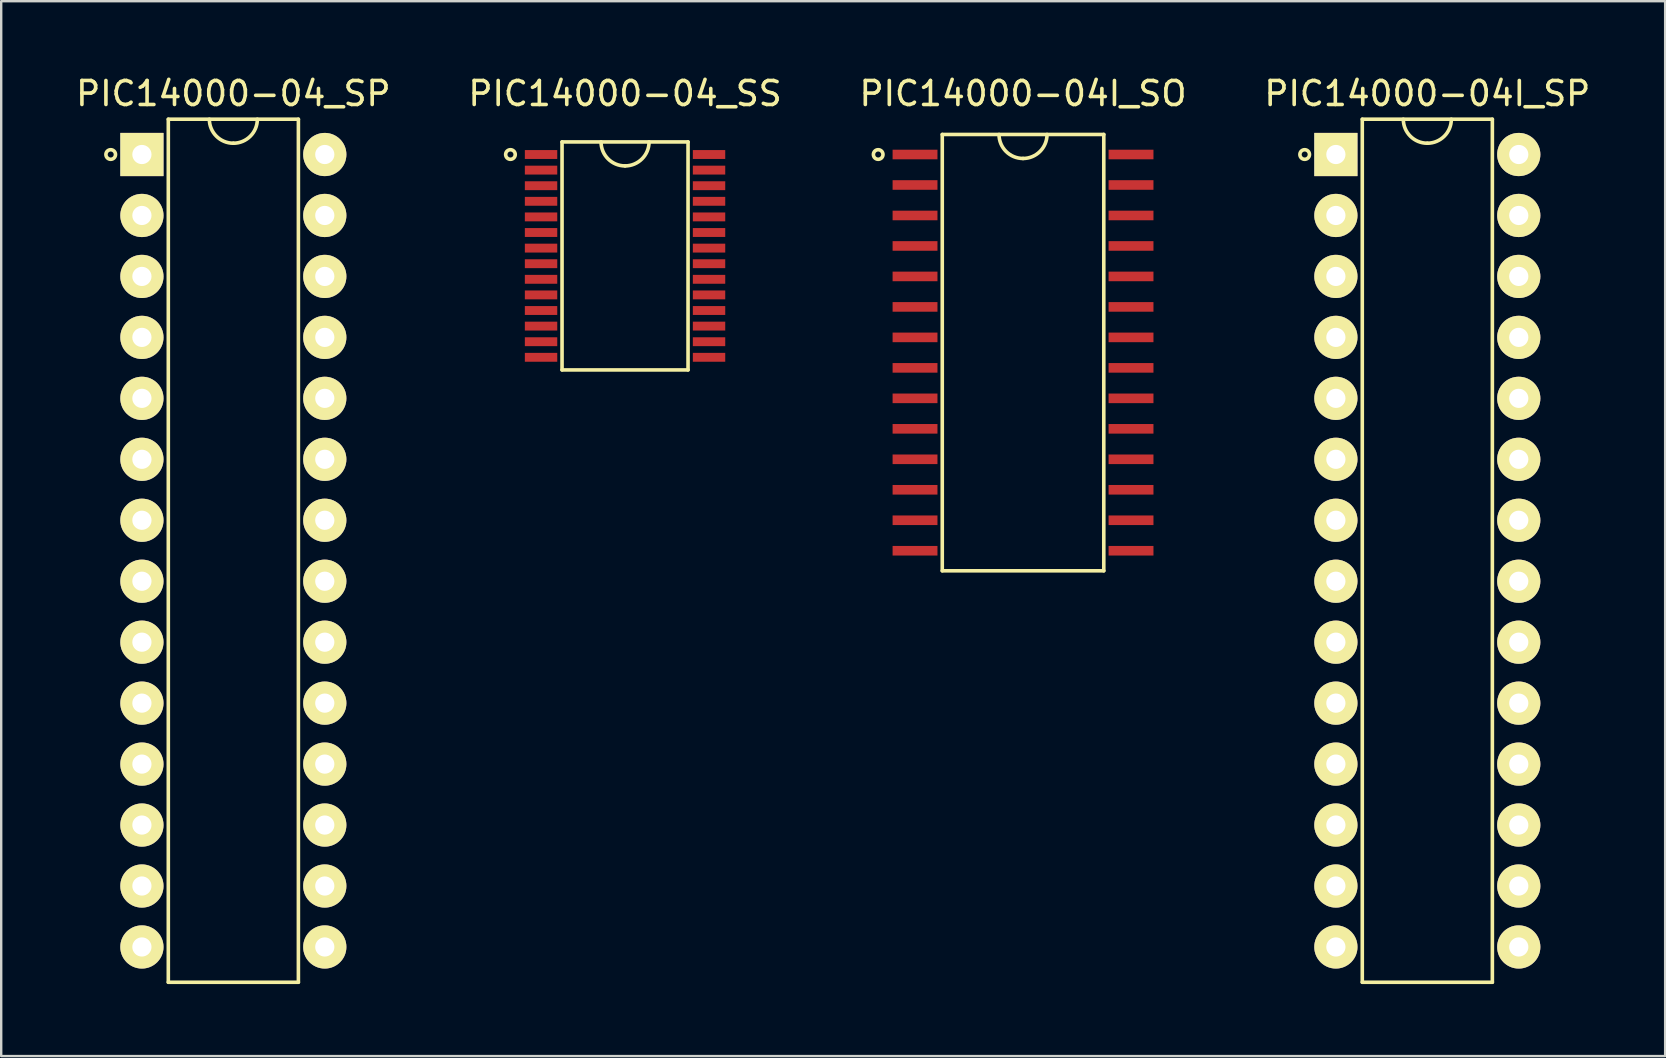
<source format=kicad_pcb>
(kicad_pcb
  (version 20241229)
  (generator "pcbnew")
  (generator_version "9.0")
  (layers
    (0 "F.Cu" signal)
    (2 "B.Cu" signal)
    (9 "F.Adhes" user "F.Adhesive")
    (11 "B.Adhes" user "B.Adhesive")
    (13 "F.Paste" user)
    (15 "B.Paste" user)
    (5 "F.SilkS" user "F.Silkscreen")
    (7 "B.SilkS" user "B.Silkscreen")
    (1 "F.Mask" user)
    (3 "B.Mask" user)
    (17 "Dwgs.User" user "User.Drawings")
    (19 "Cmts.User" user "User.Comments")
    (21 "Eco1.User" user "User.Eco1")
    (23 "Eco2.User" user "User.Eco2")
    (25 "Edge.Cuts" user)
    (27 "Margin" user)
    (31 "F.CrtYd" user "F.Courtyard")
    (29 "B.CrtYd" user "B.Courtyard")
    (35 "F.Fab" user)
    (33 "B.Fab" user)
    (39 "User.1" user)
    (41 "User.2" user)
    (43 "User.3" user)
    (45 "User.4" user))
  (footprint "PIC14000-04_SP"
    (layer "F.Cu")
    (at 2.863 3.388)
    (property "Reference" "PIC14000-04_SP" (at 3.81 -2.54 0) (layer "F.SilkS") (effects (font (size 1 1) (thickness 0.15))))
    (attr through_hole)
    (fp_line (start 1.1 -1.47) (end 6.52 -1.47) (stroke (width 0.15) (type solid)) (layer "F.SilkS"))
    (fp_line (start 1.1 34.49) (end 1.1 -1.47) (stroke (width 0.15) (type solid)) (layer "F.SilkS"))
    (fp_line (start 6.52 -1.47) (end 6.52 34.49) (stroke (width 0.15) (type solid)) (layer "F.SilkS"))
    (fp_line (start 6.52 34.49) (end 1.1 34.49) (stroke (width 0.15) (type solid)) (layer "F.SilkS"))
    (fp_arc (start 3.81 -0.47) (mid 3.102893 -0.762893) (end 2.81 -1.47) (stroke (width 0.15) (type solid)) (layer "F.SilkS"))
    (fp_arc (start 4.81 -1.47) (mid 4.517107 -0.762893) (end 3.81 -0.47) (stroke (width 0.15) (type solid)) (layer "F.SilkS"))
    (fp_circle (center -1.3 0) (end -1.3 0.2) (stroke (width 0.15) (type solid)) (fill no) (layer "F.SilkS"))
    (pad "1" thru_hole rect (at 0 0) (size 1.8 1.8) (drill 0.8) (layers "*.Cu" "*.Mask" "F.SilkS"))
    (pad "2" thru_hole circle (at 0 2.54) (size 1.8 1.8) (drill 0.8) (layers "*.Cu" "*.Mask" "F.SilkS"))
    (pad "3" thru_hole circle (at 0 5.08) (size 1.8 1.8) (drill 0.8) (layers "*.Cu" "*.Mask" "F.SilkS"))
    (pad "4" thru_hole circle (at 0 7.62) (size 1.8 1.8) (drill 0.8) (layers "*.Cu" "*.Mask" "F.SilkS"))
    (pad "5" thru_hole circle (at 0 10.16) (size 1.8 1.8) (drill 0.8) (layers "*.Cu" "*.Mask" "F.SilkS"))
    (pad "6" thru_hole circle (at 0 12.7) (size 1.8 1.8) (drill 0.8) (layers "*.Cu" "*.Mask" "F.SilkS"))
    (pad "7" thru_hole circle (at 0 15.24) (size 1.8 1.8) (drill 0.8) (layers "*.Cu" "*.Mask" "F.SilkS"))
    (pad "8" thru_hole circle (at 0 17.78) (size 1.8 1.8) (drill 0.8) (layers "*.Cu" "*.Mask" "F.SilkS"))
    (pad "9" thru_hole circle (at 0 20.32) (size 1.8 1.8) (drill 0.8) (layers "*.Cu" "*.Mask" "F.SilkS"))
    (pad "10" thru_hole circle (at 0 22.86) (size 1.8 1.8) (drill 0.8) (layers "*.Cu" "*.Mask" "F.SilkS"))
    (pad "11" thru_hole circle (at 0 25.4) (size 1.8 1.8) (drill 0.8) (layers "*.Cu" "*.Mask" "F.SilkS"))
    (pad "12" thru_hole circle (at 0 27.94) (size 1.8 1.8) (drill 0.8) (layers "*.Cu" "*.Mask" "F.SilkS"))
    (pad "13" thru_hole circle (at 0 30.48) (size 1.8 1.8) (drill 0.8) (layers "*.Cu" "*.Mask" "F.SilkS"))
    (pad "14" thru_hole circle (at 0 33.02) (size 1.8 1.8) (drill 0.8) (layers "*.Cu" "*.Mask" "F.SilkS"))
    (pad "15" thru_hole circle (at 7.62 33.02) (size 1.8 1.8) (drill 0.8) (layers "*.Cu" "*.Mask" "F.SilkS"))
    (pad "16" thru_hole circle (at 7.62 30.48) (size 1.8 1.8) (drill 0.8) (layers "*.Cu" "*.Mask" "F.SilkS"))
    (pad "17" thru_hole circle (at 7.62 27.94) (size 1.8 1.8) (drill 0.8) (layers "*.Cu" "*.Mask" "F.SilkS"))
    (pad "18" thru_hole circle (at 7.62 25.4) (size 1.8 1.8) (drill 0.8) (layers "*.Cu" "*.Mask" "F.SilkS"))
    (pad "19" thru_hole circle (at 7.62 22.86) (size 1.8 1.8) (drill 0.8) (layers "*.Cu" "*.Mask" "F.SilkS"))
    (pad "20" thru_hole circle (at 7.62 20.32) (size 1.8 1.8) (drill 0.8) (layers "*.Cu" "*.Mask" "F.SilkS"))
    (pad "21" thru_hole circle (at 7.62 17.78) (size 1.8 1.8) (drill 0.8) (layers "*.Cu" "*.Mask" "F.SilkS"))
    (pad "22" thru_hole circle (at 7.62 15.24) (size 1.8 1.8) (drill 0.8) (layers "*.Cu" "*.Mask" "F.SilkS"))
    (pad "23" thru_hole circle (at 7.62 12.7) (size 1.8 1.8) (drill 0.8) (layers "*.Cu" "*.Mask" "F.SilkS"))
    (pad "24" thru_hole circle (at 7.62 10.16) (size 1.8 1.8) (drill 0.8) (layers "*.Cu" "*.Mask" "F.SilkS"))
    (pad "25" thru_hole circle (at 7.62 7.62) (size 1.8 1.8) (drill 0.8) (layers "*.Cu" "*.Mask" "F.SilkS"))
    (pad "26" thru_hole circle (at 7.62 5.08) (size 1.8 1.8) (drill 0.8) (layers "*.Cu" "*.Mask" "F.SilkS"))
    (pad "27" thru_hole circle (at 7.62 2.54) (size 1.8 1.8) (drill 0.8) (layers "*.Cu" "*.Mask" "F.SilkS"))
    (pad "28" thru_hole circle (at 7.62 0) (size 1.8 1.8) (drill 0.8) (layers "*.Cu" "*.Mask" "F.SilkS")))
  (footprint "PIC14000-04I_SP"
    (layer "F.Cu")
    (at 52.613 3.388)
    (property "Reference" "PIC14000-04I_SP" (at 3.81 -2.54 0) (layer "F.SilkS") (effects (font (size 1 1) (thickness 0.15))))
    (attr through_hole)
    (fp_line (start 1.1 -1.47) (end 6.52 -1.47) (stroke (width 0.15) (type solid)) (layer "F.SilkS"))
    (fp_line (start 1.1 34.49) (end 1.1 -1.47) (stroke (width 0.15) (type solid)) (layer "F.SilkS"))
    (fp_line (start 6.52 -1.47) (end 6.52 34.49) (stroke (width 0.15) (type solid)) (layer "F.SilkS"))
    (fp_line (start 6.52 34.49) (end 1.1 34.49) (stroke (width 0.15) (type solid)) (layer "F.SilkS"))
    (fp_arc (start 3.81 -0.47) (mid 3.102893 -0.762893) (end 2.81 -1.47) (stroke (width 0.15) (type solid)) (layer "F.SilkS"))
    (fp_arc (start 4.81 -1.47) (mid 4.517107 -0.762893) (end 3.81 -0.47) (stroke (width 0.15) (type solid)) (layer "F.SilkS"))
    (fp_circle (center -1.3 0) (end -1.3 0.2) (stroke (width 0.15) (type solid)) (fill no) (layer "F.SilkS"))
    (pad "1" thru_hole rect (at 0 0) (size 1.8 1.8) (drill 0.8) (layers "*.Cu" "*.Mask" "F.SilkS"))
    (pad "2" thru_hole circle (at 0 2.54) (size 1.8 1.8) (drill 0.8) (layers "*.Cu" "*.Mask" "F.SilkS"))
    (pad "3" thru_hole circle (at 0 5.08) (size 1.8 1.8) (drill 0.8) (layers "*.Cu" "*.Mask" "F.SilkS"))
    (pad "4" thru_hole circle (at 0 7.62) (size 1.8 1.8) (drill 0.8) (layers "*.Cu" "*.Mask" "F.SilkS"))
    (pad "5" thru_hole circle (at 0 10.16) (size 1.8 1.8) (drill 0.8) (layers "*.Cu" "*.Mask" "F.SilkS"))
    (pad "6" thru_hole circle (at 0 12.7) (size 1.8 1.8) (drill 0.8) (layers "*.Cu" "*.Mask" "F.SilkS"))
    (pad "7" thru_hole circle (at 0 15.24) (size 1.8 1.8) (drill 0.8) (layers "*.Cu" "*.Mask" "F.SilkS"))
    (pad "8" thru_hole circle (at 0 17.78) (size 1.8 1.8) (drill 0.8) (layers "*.Cu" "*.Mask" "F.SilkS"))
    (pad "9" thru_hole circle (at 0 20.32) (size 1.8 1.8) (drill 0.8) (layers "*.Cu" "*.Mask" "F.SilkS"))
    (pad "10" thru_hole circle (at 0 22.86) (size 1.8 1.8) (drill 0.8) (layers "*.Cu" "*.Mask" "F.SilkS"))
    (pad "11" thru_hole circle (at 0 25.4) (size 1.8 1.8) (drill 0.8) (layers "*.Cu" "*.Mask" "F.SilkS"))
    (pad "12" thru_hole circle (at 0 27.94) (size 1.8 1.8) (drill 0.8) (layers "*.Cu" "*.Mask" "F.SilkS"))
    (pad "13" thru_hole circle (at 0 30.48) (size 1.8 1.8) (drill 0.8) (layers "*.Cu" "*.Mask" "F.SilkS"))
    (pad "14" thru_hole circle (at 0 33.02) (size 1.8 1.8) (drill 0.8) (layers "*.Cu" "*.Mask" "F.SilkS"))
    (pad "15" thru_hole circle (at 7.62 33.02) (size 1.8 1.8) (drill 0.8) (layers "*.Cu" "*.Mask" "F.SilkS"))
    (pad "16" thru_hole circle (at 7.62 30.48) (size 1.8 1.8) (drill 0.8) (layers "*.Cu" "*.Mask" "F.SilkS"))
    (pad "17" thru_hole circle (at 7.62 27.94) (size 1.8 1.8) (drill 0.8) (layers "*.Cu" "*.Mask" "F.SilkS"))
    (pad "18" thru_hole circle (at 7.62 25.4) (size 1.8 1.8) (drill 0.8) (layers "*.Cu" "*.Mask" "F.SilkS"))
    (pad "19" thru_hole circle (at 7.62 22.86) (size 1.8 1.8) (drill 0.8) (layers "*.Cu" "*.Mask" "F.SilkS"))
    (pad "20" thru_hole circle (at 7.62 20.32) (size 1.8 1.8) (drill 0.8) (layers "*.Cu" "*.Mask" "F.SilkS"))
    (pad "21" thru_hole circle (at 7.62 17.78) (size 1.8 1.8) (drill 0.8) (layers "*.Cu" "*.Mask" "F.SilkS"))
    (pad "22" thru_hole circle (at 7.62 15.24) (size 1.8 1.8) (drill 0.8) (layers "*.Cu" "*.Mask" "F.SilkS"))
    (pad "23" thru_hole circle (at 7.62 12.7) (size 1.8 1.8) (drill 0.8) (layers "*.Cu" "*.Mask" "F.SilkS"))
    (pad "24" thru_hole circle (at 7.62 10.16) (size 1.8 1.8) (drill 0.8) (layers "*.Cu" "*.Mask" "F.SilkS"))
    (pad "25" thru_hole circle (at 7.62 7.62) (size 1.8 1.8) (drill 0.8) (layers "*.Cu" "*.Mask" "F.SilkS"))
    (pad "26" thru_hole circle (at 7.62 5.08) (size 1.8 1.8) (drill 0.8) (layers "*.Cu" "*.Mask" "F.SilkS"))
    (pad "27" thru_hole circle (at 7.62 2.54) (size 1.8 1.8) (drill 0.8) (layers "*.Cu" "*.Mask" "F.SilkS"))
    (pad "28" thru_hole circle (at 7.62 0) (size 1.8 1.8) (drill 0.8) (layers "*.Cu" "*.Mask" "F.SilkS")))
  (footprint "PIC14000-04_SS"
    (layer "F.Cu")
    (at 19.494 3.388)
    (property "Reference" "PIC14000-04_SS" (at 3.5 -2.54 0) (layer "F.SilkS") (effects (font (size 1 1) (thickness 0.15))))
    (attr through_hole)
    (fp_line (start 0.875 -0.525) (end 6.125 -0.525) (stroke (width 0.15) (type solid)) (layer "F.SilkS"))
    (fp_line (start 0.875 8.975) (end 0.875 -0.525) (stroke (width 0.15) (type solid)) (layer "F.SilkS"))
    (fp_line (start 6.125 -0.525) (end 6.125 8.975) (stroke (width 0.15) (type solid)) (layer "F.SilkS"))
    (fp_line (start 6.125 8.975) (end 0.875 8.975) (stroke (width 0.15) (type solid)) (layer "F.SilkS"))
    (fp_arc (start 3.5 0.475) (mid 2.792893 0.182107) (end 2.5 -0.525) (stroke (width 0.15) (type solid)) (layer "F.SilkS"))
    (fp_arc (start 4.5 -0.525) (mid 4.207107 0.182107) (end 3.5 0.475) (stroke (width 0.15) (type solid)) (layer "F.SilkS"))
    (fp_circle (center -1.275 0) (end -1.275 0.2) (stroke (width 0.15) (type solid)) (fill no) (layer "F.SilkS"))
    (pad "1" smd rect (at 0 0) (size 1.35 0.37) (layers "F.Cu" "F.Mask" "F.Paste"))
    (pad "2" smd rect (at 0 0.65) (size 1.35 0.37) (layers "F.Cu" "F.Mask" "F.Paste"))
    (pad "3" smd rect (at 0 1.3) (size 1.35 0.37) (layers "F.Cu" "F.Mask" "F.Paste"))
    (pad "4" smd rect (at 0 1.95) (size 1.35 0.37) (layers "F.Cu" "F.Mask" "F.Paste"))
    (pad "5" smd rect (at 0 2.6) (size 1.35 0.37) (layers "F.Cu" "F.Mask" "F.Paste"))
    (pad "6" smd rect (at 0 3.25) (size 1.35 0.37) (layers "F.Cu" "F.Mask" "F.Paste"))
    (pad "7" smd rect (at 0 3.9) (size 1.35 0.37) (layers "F.Cu" "F.Mask" "F.Paste"))
    (pad "8" smd rect (at 0 4.55) (size 1.35 0.37) (layers "F.Cu" "F.Mask" "F.Paste"))
    (pad "9" smd rect (at 0 5.2) (size 1.35 0.37) (layers "F.Cu" "F.Mask" "F.Paste"))
    (pad "10" smd rect (at 0 5.85) (size 1.35 0.37) (layers "F.Cu" "F.Mask" "F.Paste"))
    (pad "11" smd rect (at 0 6.5) (size 1.35 0.37) (layers "F.Cu" "F.Mask" "F.Paste"))
    (pad "12" smd rect (at 0 7.15) (size 1.35 0.37) (layers "F.Cu" "F.Mask" "F.Paste"))
    (pad "13" smd rect (at 0 7.8) (size 1.35 0.37) (layers "F.Cu" "F.Mask" "F.Paste"))
    (pad "14" smd rect (at 0 8.45) (size 1.35 0.37) (layers "F.Cu" "F.Mask" "F.Paste"))
    (pad "15" smd rect (at 7 8.45) (size 1.35 0.37) (layers "F.Cu" "F.Mask" "F.Paste"))
    (pad "16" smd rect (at 7 7.8) (size 1.35 0.37) (layers "F.Cu" "F.Mask" "F.Paste"))
    (pad "17" smd rect (at 7 7.15) (size 1.35 0.37) (layers "F.Cu" "F.Mask" "F.Paste"))
    (pad "18" smd rect (at 7 6.5) (size 1.35 0.37) (layers "F.Cu" "F.Mask" "F.Paste"))
    (pad "19" smd rect (at 7 5.85) (size 1.35 0.37) (layers "F.Cu" "F.Mask" "F.Paste"))
    (pad "20" smd rect (at 7 5.2) (size 1.35 0.37) (layers "F.Cu" "F.Mask" "F.Paste"))
    (pad "21" smd rect (at 7 4.55) (size 1.35 0.37) (layers "F.Cu" "F.Mask" "F.Paste"))
    (pad "22" smd rect (at 7 3.9) (size 1.35 0.37) (layers "F.Cu" "F.Mask" "F.Paste"))
    (pad "23" smd rect (at 7 3.25) (size 1.35 0.37) (layers "F.Cu" "F.Mask" "F.Paste"))
    (pad "24" smd rect (at 7 2.6) (size 1.35 0.37) (layers "F.Cu" "F.Mask" "F.Paste"))
    (pad "25" smd rect (at 7 1.95) (size 1.35 0.37) (layers "F.Cu" "F.Mask" "F.Paste"))
    (pad "26" smd rect (at 7 1.3) (size 1.35 0.37) (layers "F.Cu" "F.Mask" "F.Paste"))
    (pad "27" smd rect (at 7 0.65) (size 1.35 0.37) (layers "F.Cu" "F.Mask" "F.Paste"))
    (pad "28" smd rect (at 7 0) (size 1.35 0.37) (layers "F.Cu" "F.Mask" "F.Paste")))
  (footprint "PIC14000-04I_SO"
    (layer "F.Cu")
    (at 35.077 3.388)
    (property "Reference" "PIC14000-04I_SO" (at 4.5 -2.54 0) (layer "F.SilkS") (effects (font (size 1 1) (thickness 0.15))))
    (attr through_hole)
    (fp_line (start 1.135 -0.835) (end 7.865 -0.835) (stroke (width 0.15) (type solid)) (layer "F.SilkS"))
    (fp_line (start 1.135 17.345) (end 1.135 -0.835) (stroke (width 0.15) (type solid)) (layer "F.SilkS"))
    (fp_line (start 7.865 -0.835) (end 7.865 17.345) (stroke (width 0.15) (type solid)) (layer "F.SilkS"))
    (fp_line (start 7.865 17.345) (end 1.135 17.345) (stroke (width 0.15) (type solid)) (layer "F.SilkS"))
    (fp_arc (start 4.5 0.165) (mid 3.792893 -0.127893) (end 3.5 -0.835) (stroke (width 0.15) (type solid)) (layer "F.SilkS"))
    (fp_arc (start 5.5 -0.835) (mid 5.207107 -0.127893) (end 4.5 0.165) (stroke (width 0.15) (type solid)) (layer "F.SilkS"))
    (fp_circle (center -1.535 0) (end -1.535 0.2) (stroke (width 0.15) (type solid)) (fill no) (layer "F.SilkS"))
    (pad "1" smd rect (at 0 0) (size 1.87 0.4) (layers "F.Cu" "F.Mask" "F.Paste"))
    (pad "2" smd rect (at 0 1.27) (size 1.87 0.4) (layers "F.Cu" "F.Mask" "F.Paste"))
    (pad "3" smd rect (at 0 2.54) (size 1.87 0.4) (layers "F.Cu" "F.Mask" "F.Paste"))
    (pad "4" smd rect (at 0 3.81) (size 1.87 0.4) (layers "F.Cu" "F.Mask" "F.Paste"))
    (pad "5" smd rect (at 0 5.08) (size 1.87 0.4) (layers "F.Cu" "F.Mask" "F.Paste"))
    (pad "6" smd rect (at 0 6.35) (size 1.87 0.4) (layers "F.Cu" "F.Mask" "F.Paste"))
    (pad "7" smd rect (at 0 7.62) (size 1.87 0.4) (layers "F.Cu" "F.Mask" "F.Paste"))
    (pad "8" smd rect (at 0 8.89) (size 1.87 0.4) (layers "F.Cu" "F.Mask" "F.Paste"))
    (pad "9" smd rect (at 0 10.16) (size 1.87 0.4) (layers "F.Cu" "F.Mask" "F.Paste"))
    (pad "10" smd rect (at 0 11.43) (size 1.87 0.4) (layers "F.Cu" "F.Mask" "F.Paste"))
    (pad "11" smd rect (at 0 12.7) (size 1.87 0.4) (layers "F.Cu" "F.Mask" "F.Paste"))
    (pad "12" smd rect (at 0 13.97) (size 1.87 0.4) (layers "F.Cu" "F.Mask" "F.Paste"))
    (pad "13" smd rect (at 0 15.24) (size 1.87 0.4) (layers "F.Cu" "F.Mask" "F.Paste"))
    (pad "14" smd rect (at 0 16.51) (size 1.87 0.4) (layers "F.Cu" "F.Mask" "F.Paste"))
    (pad "15" smd rect (at 9 16.51) (size 1.87 0.4) (layers "F.Cu" "F.Mask" "F.Paste"))
    (pad "16" smd rect (at 9 15.24) (size 1.87 0.4) (layers "F.Cu" "F.Mask" "F.Paste"))
    (pad "17" smd rect (at 9 13.97) (size 1.87 0.4) (layers "F.Cu" "F.Mask" "F.Paste"))
    (pad "18" smd rect (at 9 12.7) (size 1.87 0.4) (layers "F.Cu" "F.Mask" "F.Paste"))
    (pad "19" smd rect (at 9 11.43) (size 1.87 0.4) (layers "F.Cu" "F.Mask" "F.Paste"))
    (pad "20" smd rect (at 9 10.16) (size 1.87 0.4) (layers "F.Cu" "F.Mask" "F.Paste"))
    (pad "21" smd rect (at 9 8.89) (size 1.87 0.4) (layers "F.Cu" "F.Mask" "F.Paste"))
    (pad "22" smd rect (at 9 7.62) (size 1.87 0.4) (layers "F.Cu" "F.Mask" "F.Paste"))
    (pad "23" smd rect (at 9 6.35) (size 1.87 0.4) (layers "F.Cu" "F.Mask" "F.Paste"))
    (pad "24" smd rect (at 9 5.08) (size 1.87 0.4) (layers "F.Cu" "F.Mask" "F.Paste"))
    (pad "25" smd rect (at 9 3.81) (size 1.87 0.4) (layers "F.Cu" "F.Mask" "F.Paste"))
    (pad "26" smd rect (at 9 2.54) (size 1.87 0.4) (layers "F.Cu" "F.Mask" "F.Paste"))
    (pad "27" smd rect (at 9 1.27) (size 1.87 0.4) (layers "F.Cu" "F.Mask" "F.Paste"))
    (pad "28" smd rect (at 9 0) (size 1.87 0.4) (layers "F.Cu" "F.Mask" "F.Paste")))
  (gr_rect
    (start -3 -3)
    (end 66.333 40.953)
    (stroke (width 0.1) (type default))
    (fill no)
    (layer "Edge.Cuts")))
</source>
